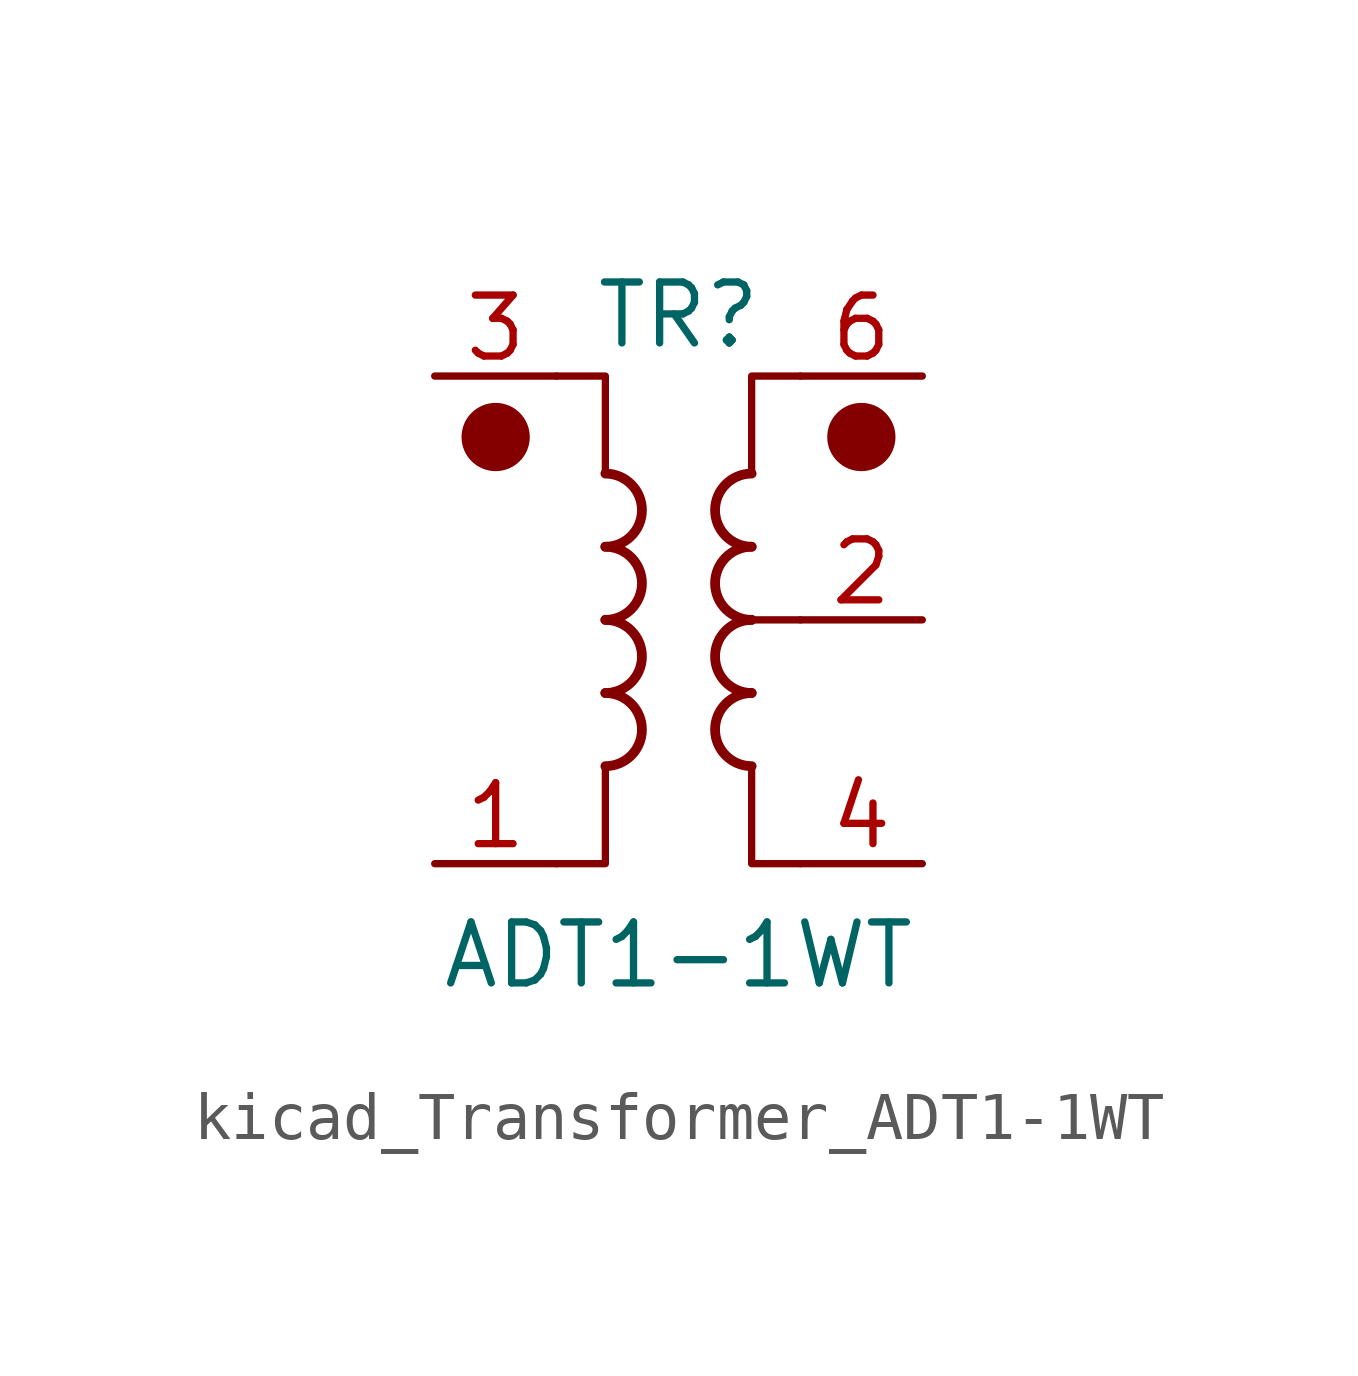
<source format=kicad_sym>
(kicad_symbol_lib
  (version 20220914)
  (generator kicad_symbol_editor)
  (symbol "kicad_Transformer_ADT1-1WT"
    (pin_names hide)
    (property "Reference" "TR"
      (at 0 6.35 0)
      (effects (font (size 1.27 1.27))))
    (property "Value" "ADT1-1WT"
      (at 0 -6.985 0)
      (effects (font (size 1.27 1.27))))
    (symbol "kicad_Transformer_ADT1-1WT_0_1"
      (circle (center -3.81 3.81) (radius 0.635) (stroke (width 0) (type default)) (fill (type outline)))
      (arc (start -1.524 -3.048) (mid -0.7653 -2.286) (end -1.524 -1.524) (stroke (width 0.2032) (type default)) (fill (type none)))
      (arc (start -1.524 -1.524) (mid -0.7653 -0.762) (end -1.524 0) (stroke (width 0.2032) (type default)) (fill (type none)))
      (arc (start -1.524 0) (mid -0.7653 0.762) (end -1.524 1.524) (stroke (width 0.2032) (type default)) (fill (type none)))
      (arc (start -1.524 1.524) (mid -0.7653 2.286) (end -1.524 3.048) (stroke (width 0.2032) (type default)) (fill (type none)))
      (polyline (pts (xy 2.54 0) (xy 1.27 0)) (stroke (width 0.152) (type default)) (fill (type none)))
      (polyline (pts (xy -2.54 5.08) (xy -1.524 5.08) (xy -1.524 3.048)) (stroke (width 0.152) (type default)) (fill (type none)))
      (polyline (pts (xy -1.524 -3.048) (xy -1.524 -5.08) (xy -2.54 -5.08)) (stroke (width 0.152) (type default)) (fill (type none)))
      (polyline (pts (xy 1.524 3.048) (xy 1.524 5.08) (xy 2.54 5.08)) (stroke (width 0.152) (type default)) (fill (type none)))
      (polyline (pts (xy 2.54 -5.08) (xy 1.524 -5.08) (xy 1.524 -3.048)) (stroke (width 0.152) (type default)) (fill (type none)))
      (arc (start 1.524 -1.524) (mid 0.7653 -2.286) (end 1.524 -3.048) (stroke (width 0.2032) (type default)) (fill (type none)))
      (arc (start 1.524 0) (mid 0.7653 -0.762) (end 1.524 -1.524) (stroke (width 0.2032) (type default)) (fill (type none)))
      (arc (start 1.524 1.524) (mid 0.7653 0.762) (end 1.524 0) (stroke (width 0.2032) (type default)) (fill (type none)))
      (arc (start 1.524 3.048) (mid 0.7653 2.286) (end 1.524 1.524) (stroke (width 0.2032) (type default)) (fill (type none)))
      (circle (center 3.81 3.81) (radius 0.635) (stroke (width 0) (type default)) (fill (type outline))))
    (symbol "kicad_Transformer_ADT1-1WT_1_1"
      (pin passive line (at -5.08 -5.08 0) (length 2.54) (name "~" (effects (font (size 1.27 1.27)))) (number "1" (effects (font (size 1.27 1.27)))))
      (pin passive line (at 5.08 0 180) (length 2.54) (name "~" (effects (font (size 1.27 1.27)))) (number "2" (effects (font (size 1.27 1.27)))))
      (pin passive line (at -5.08 5.08 0) (length 2.54) (name "~" (effects (font (size 1.27 1.27)))) (number "3" (effects (font (size 1.27 1.27)))))
      (pin passive line (at 5.08 -5.08 180) (length 2.54) (name "~" (effects (font (size 1.27 1.27)))) (number "4" (effects (font (size 1.27 1.27)))))
      (pin no_connect line (at -2.54 0 0) (length 2.54) hide (name "~" (effects (font (size 1.27 1.27)))) (number "5" (effects (font (size 1.27 1.27)))))
      (pin passive line (at 5.08 5.08 180) (length 2.54) (name "~" (effects (font (size 1.27 1.27)))) (number "6" (effects (font (size 1.27 1.27))))))))
</source>
